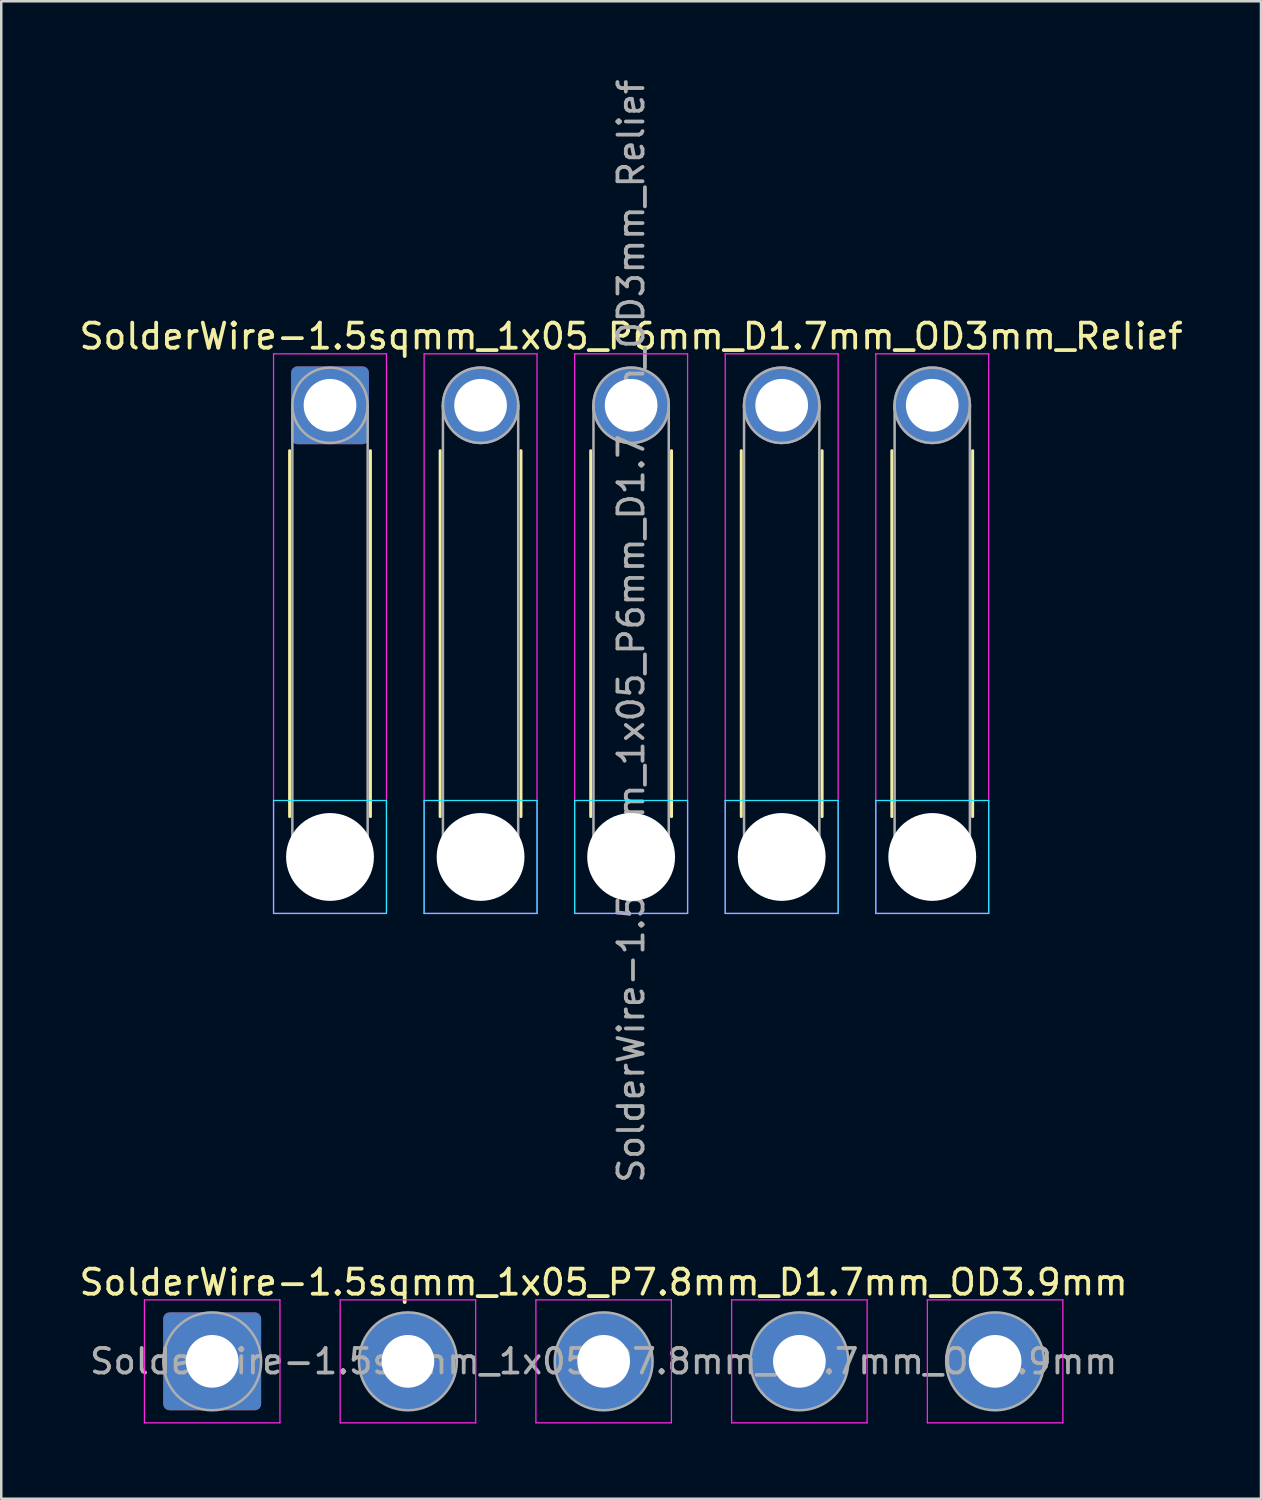
<source format=kicad_pcb>
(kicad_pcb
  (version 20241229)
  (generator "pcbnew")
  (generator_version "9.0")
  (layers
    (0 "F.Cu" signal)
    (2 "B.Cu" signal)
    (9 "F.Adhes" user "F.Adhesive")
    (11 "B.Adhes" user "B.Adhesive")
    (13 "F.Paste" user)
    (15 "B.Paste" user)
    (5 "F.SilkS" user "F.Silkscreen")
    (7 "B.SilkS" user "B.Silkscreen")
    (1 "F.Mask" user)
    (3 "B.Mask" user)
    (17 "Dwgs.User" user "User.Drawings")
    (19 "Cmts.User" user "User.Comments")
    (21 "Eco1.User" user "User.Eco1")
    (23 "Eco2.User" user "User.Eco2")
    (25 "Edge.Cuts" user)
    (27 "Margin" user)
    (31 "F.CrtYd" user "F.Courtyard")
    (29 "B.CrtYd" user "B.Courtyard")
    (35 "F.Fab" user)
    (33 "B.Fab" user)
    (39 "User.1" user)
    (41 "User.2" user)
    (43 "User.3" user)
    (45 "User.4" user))
  (footprint "SolderWire-1.5sqmm_1x05_P7.8mm_D1.7mm_OD3.9mm"
    (layer "F.Cu")
    (at 5.406 51.201)
    (property "Reference" "SolderWire-1.5sqmm_1x05_P7.8mm_D1.7mm_OD3.9mm" (at 15.6 -3.15 0) (layer "F.SilkS") (effects (font (size 1 1) (thickness 0.15))))
    (attr exclude_from_pos_files exclude_from_bom)
    (fp_line (start -2.7 -2.45) (end -2.7 2.45) (stroke (width 0.05) (type solid)) (layer "F.CrtYd"))
    (fp_line (start -2.7 2.45) (end 2.7 2.45) (stroke (width 0.05) (type solid)) (layer "F.CrtYd"))
    (fp_line (start 2.7 -2.45) (end -2.7 -2.45) (stroke (width 0.05) (type solid)) (layer "F.CrtYd"))
    (fp_line (start 2.7 2.45) (end 2.7 -2.45) (stroke (width 0.05) (type solid)) (layer "F.CrtYd"))
    (fp_line (start 5.1 -2.45) (end 5.1 2.45) (stroke (width 0.05) (type solid)) (layer "F.CrtYd"))
    (fp_line (start 5.1 2.45) (end 10.5 2.45) (stroke (width 0.05) (type solid)) (layer "F.CrtYd"))
    (fp_line (start 10.5 -2.45) (end 5.1 -2.45) (stroke (width 0.05) (type solid)) (layer "F.CrtYd"))
    (fp_line (start 10.5 2.45) (end 10.5 -2.45) (stroke (width 0.05) (type solid)) (layer "F.CrtYd"))
    (fp_line (start 12.9 -2.45) (end 12.9 2.45) (stroke (width 0.05) (type solid)) (layer "F.CrtYd"))
    (fp_line (start 12.9 2.45) (end 18.3 2.45) (stroke (width 0.05) (type solid)) (layer "F.CrtYd"))
    (fp_line (start 18.3 -2.45) (end 12.9 -2.45) (stroke (width 0.05) (type solid)) (layer "F.CrtYd"))
    (fp_line (start 18.3 2.45) (end 18.3 -2.45) (stroke (width 0.05) (type solid)) (layer "F.CrtYd"))
    (fp_line (start 20.7 -2.45) (end 20.7 2.45) (stroke (width 0.05) (type solid)) (layer "F.CrtYd"))
    (fp_line (start 20.7 2.45) (end 26.1 2.45) (stroke (width 0.05) (type solid)) (layer "F.CrtYd"))
    (fp_line (start 26.1 -2.45) (end 20.7 -2.45) (stroke (width 0.05) (type solid)) (layer "F.CrtYd"))
    (fp_line (start 26.1 2.45) (end 26.1 -2.45) (stroke (width 0.05) (type solid)) (layer "F.CrtYd"))
    (fp_line (start 28.5 -2.45) (end 28.5 2.45) (stroke (width 0.05) (type solid)) (layer "F.CrtYd"))
    (fp_line (start 28.5 2.45) (end 33.9 2.45) (stroke (width 0.05) (type solid)) (layer "F.CrtYd"))
    (fp_line (start 33.9 -2.45) (end 28.5 -2.45) (stroke (width 0.05) (type solid)) (layer "F.CrtYd"))
    (fp_line (start 33.9 2.45) (end 33.9 -2.45) (stroke (width 0.05) (type solid)) (layer "F.CrtYd"))
    (fp_circle (center 0 0) (end 1.95 0) (stroke (width 0.1) (type solid)) (fill no) (layer "F.Fab"))
    (fp_circle (center 7.8 0) (end 9.75 0) (stroke (width 0.1) (type solid)) (fill no) (layer "F.Fab"))
    (fp_circle (center 15.6 0) (end 17.55 0) (stroke (width 0.1) (type solid)) (fill no) (layer "F.Fab"))
    (fp_circle (center 23.4 0) (end 25.35 0) (stroke (width 0.1) (type solid)) (fill no) (layer "F.Fab"))
    (fp_circle (center 31.2 0) (end 33.15 0) (stroke (width 0.1) (type solid)) (fill no) (layer "F.Fab"))
    (fp_text user "${REFERENCE}" (at 15.6 0 0) (layer "F.Fab") (effects (font (size 0.98 0.98) (thickness 0.15))))
    (pad "1" thru_hole roundrect (at 0 0) (size 3.9 3.9) (drill 2.1) (layers "*.Cu" "*.Mask") (roundrect_rratio 0.064))
    (pad "2" thru_hole circle (at 7.8 0) (size 3.9 3.9) (drill 2.1) (layers "*.Cu" "*.Mask"))
    (pad "3" thru_hole circle (at 15.6 0) (size 3.9 3.9) (drill 2.1) (layers "*.Cu" "*.Mask"))
    (pad "4" thru_hole circle (at 23.4 0) (size 3.9 3.9) (drill 2.1) (layers "*.Cu" "*.Mask"))
    (pad "5" thru_hole circle (at 31.2 0) (size 3.9 3.9) (drill 2.1) (layers "*.Cu" "*.Mask")))
  (footprint "SolderWire-1.5sqmm_1x05_P6mm_D1.7mm_OD3mm_Relief"
    (layer "F.Cu")
    (at 10.101 13.101)
    (property "Reference" "SolderWire-1.5sqmm_1x05_P6mm_D1.7mm_OD3mm_Relief" (at 12 -2.75 0) (layer "F.SilkS") (effects (font (size 1 1) (thickness 0.15))))
    (attr exclude_from_pos_files exclude_from_bom)
    (fp_line (start -1.61 1.81) (end -1.61 16.39) (stroke (width 0.12) (type solid)) (layer "F.SilkS"))
    (fp_line (start 1.61 1.81) (end 1.61 16.39) (stroke (width 0.12) (type solid)) (layer "F.SilkS"))
    (fp_line (start 4.39 1.81) (end 4.39 16.39) (stroke (width 0.12) (type solid)) (layer "F.SilkS"))
    (fp_line (start 7.61 1.81) (end 7.61 16.39) (stroke (width 0.12) (type solid)) (layer "F.SilkS"))
    (fp_line (start 10.39 1.81) (end 10.39 16.39) (stroke (width 0.12) (type solid)) (layer "F.SilkS"))
    (fp_line (start 13.61 1.81) (end 13.61 16.39) (stroke (width 0.12) (type solid)) (layer "F.SilkS"))
    (fp_line (start 16.39 1.81) (end 16.39 16.39) (stroke (width 0.12) (type solid)) (layer "F.SilkS"))
    (fp_line (start 19.61 1.81) (end 19.61 16.39) (stroke (width 0.12) (type solid)) (layer "F.SilkS"))
    (fp_line (start 22.39 1.81) (end 22.39 16.39) (stroke (width 0.12) (type solid)) (layer "F.SilkS"))
    (fp_line (start 25.61 1.81) (end 25.61 16.39) (stroke (width 0.12) (type solid)) (layer "F.SilkS"))
    (fp_line (start -2.25 15.75) (end -2.25 20.25) (stroke (width 0.05) (type solid)) (layer "B.CrtYd"))
    (fp_line (start -2.25 20.25) (end 2.25 20.25) (stroke (width 0.05) (type solid)) (layer "B.CrtYd"))
    (fp_line (start 2.25 15.75) (end -2.25 15.75) (stroke (width 0.05) (type solid)) (layer "B.CrtYd"))
    (fp_line (start 2.25 20.25) (end 2.25 15.75) (stroke (width 0.05) (type solid)) (layer "B.CrtYd"))
    (fp_line (start 3.75 15.75) (end 3.75 20.25) (stroke (width 0.05) (type solid)) (layer "B.CrtYd"))
    (fp_line (start 3.75 20.25) (end 8.25 20.25) (stroke (width 0.05) (type solid)) (layer "B.CrtYd"))
    (fp_line (start 8.25 15.75) (end 3.75 15.75) (stroke (width 0.05) (type solid)) (layer "B.CrtYd"))
    (fp_line (start 8.25 20.25) (end 8.25 15.75) (stroke (width 0.05) (type solid)) (layer "B.CrtYd"))
    (fp_line (start 9.75 15.75) (end 9.75 20.25) (stroke (width 0.05) (type solid)) (layer "B.CrtYd"))
    (fp_line (start 9.75 20.25) (end 14.25 20.25) (stroke (width 0.05) (type solid)) (layer "B.CrtYd"))
    (fp_line (start 14.25 15.75) (end 9.75 15.75) (stroke (width 0.05) (type solid)) (layer "B.CrtYd"))
    (fp_line (start 14.25 20.25) (end 14.25 15.75) (stroke (width 0.05) (type solid)) (layer "B.CrtYd"))
    (fp_line (start 15.75 15.75) (end 15.75 20.25) (stroke (width 0.05) (type solid)) (layer "B.CrtYd"))
    (fp_line (start 15.75 20.25) (end 20.25 20.25) (stroke (width 0.05) (type solid)) (layer "B.CrtYd"))
    (fp_line (start 20.25 15.75) (end 15.75 15.75) (stroke (width 0.05) (type solid)) (layer "B.CrtYd"))
    (fp_line (start 20.25 20.25) (end 20.25 15.75) (stroke (width 0.05) (type solid)) (layer "B.CrtYd"))
    (fp_line (start 21.75 15.75) (end 21.75 20.25) (stroke (width 0.05) (type solid)) (layer "B.CrtYd"))
    (fp_line (start 21.75 20.25) (end 26.25 20.25) (stroke (width 0.05) (type solid)) (layer "B.CrtYd"))
    (fp_line (start 26.25 15.75) (end 21.75 15.75) (stroke (width 0.05) (type solid)) (layer "B.CrtYd"))
    (fp_line (start 26.25 20.25) (end 26.25 15.75) (stroke (width 0.05) (type solid)) (layer "B.CrtYd"))
    (fp_line (start -2.25 -2.05) (end -2.25 20.25) (stroke (width 0.05) (type solid)) (layer "F.CrtYd"))
    (fp_line (start -2.25 20.25) (end 2.25 20.25) (stroke (width 0.05) (type solid)) (layer "F.CrtYd"))
    (fp_line (start 2.25 -2.05) (end -2.25 -2.05) (stroke (width 0.05) (type solid)) (layer "F.CrtYd"))
    (fp_line (start 2.25 20.25) (end 2.25 -2.05) (stroke (width 0.05) (type solid)) (layer "F.CrtYd"))
    (fp_line (start 3.75 -2.05) (end 3.75 20.25) (stroke (width 0.05) (type solid)) (layer "F.CrtYd"))
    (fp_line (start 3.75 20.25) (end 8.25 20.25) (stroke (width 0.05) (type solid)) (layer "F.CrtYd"))
    (fp_line (start 8.25 -2.05) (end 3.75 -2.05) (stroke (width 0.05) (type solid)) (layer "F.CrtYd"))
    (fp_line (start 8.25 20.25) (end 8.25 -2.05) (stroke (width 0.05) (type solid)) (layer "F.CrtYd"))
    (fp_line (start 9.75 -2.05) (end 9.75 20.25) (stroke (width 0.05) (type solid)) (layer "F.CrtYd"))
    (fp_line (start 9.75 20.25) (end 14.25 20.25) (stroke (width 0.05) (type solid)) (layer "F.CrtYd"))
    (fp_line (start 14.25 -2.05) (end 9.75 -2.05) (stroke (width 0.05) (type solid)) (layer "F.CrtYd"))
    (fp_line (start 14.25 20.25) (end 14.25 -2.05) (stroke (width 0.05) (type solid)) (layer "F.CrtYd"))
    (fp_line (start 15.75 -2.05) (end 15.75 20.25) (stroke (width 0.05) (type solid)) (layer "F.CrtYd"))
    (fp_line (start 15.75 20.25) (end 20.25 20.25) (stroke (width 0.05) (type solid)) (layer "F.CrtYd"))
    (fp_line (start 20.25 -2.05) (end 15.75 -2.05) (stroke (width 0.05) (type solid)) (layer "F.CrtYd"))
    (fp_line (start 20.25 20.25) (end 20.25 -2.05) (stroke (width 0.05) (type solid)) (layer "F.CrtYd"))
    (fp_line (start 21.75 -2.05) (end 21.75 20.25) (stroke (width 0.05) (type solid)) (layer "F.CrtYd"))
    (fp_line (start 21.75 20.25) (end 26.25 20.25) (stroke (width 0.05) (type solid)) (layer "F.CrtYd"))
    (fp_line (start 26.25 -2.05) (end 21.75 -2.05) (stroke (width 0.05) (type solid)) (layer "F.CrtYd"))
    (fp_line (start 26.25 20.25) (end 26.25 -2.05) (stroke (width 0.05) (type solid)) (layer "F.CrtYd"))
    (fp_line (start -1.5 0) (end -1.5 18) (stroke (width 0.1) (type solid)) (layer "F.Fab"))
    (fp_line (start 1.5 0) (end 1.5 18) (stroke (width 0.1) (type solid)) (layer "F.Fab"))
    (fp_line (start 4.5 0) (end 4.5 18) (stroke (width 0.1) (type solid)) (layer "F.Fab"))
    (fp_line (start 7.5 0) (end 7.5 18) (stroke (width 0.1) (type solid)) (layer "F.Fab"))
    (fp_line (start 10.5 0) (end 10.5 18) (stroke (width 0.1) (type solid)) (layer "F.Fab"))
    (fp_line (start 13.5 0) (end 13.5 18) (stroke (width 0.1) (type solid)) (layer "F.Fab"))
    (fp_line (start 16.5 0) (end 16.5 18) (stroke (width 0.1) (type solid)) (layer "F.Fab"))
    (fp_line (start 19.5 0) (end 19.5 18) (stroke (width 0.1) (type solid)) (layer "F.Fab"))
    (fp_line (start 22.5 0) (end 22.5 18) (stroke (width 0.1) (type solid)) (layer "F.Fab"))
    (fp_line (start 25.5 0) (end 25.5 18) (stroke (width 0.1) (type solid)) (layer "F.Fab"))
    (fp_circle (center 0 0) (end 1.5 0) (stroke (width 0.1) (type solid)) (fill no) (layer "F.Fab"))
    (fp_circle (center 0 18) (end 1.5 18) (stroke (width 0.1) (type solid)) (fill no) (layer "F.Fab"))
    (fp_circle (center 6 0) (end 7.5 0) (stroke (width 0.1) (type solid)) (fill no) (layer "F.Fab"))
    (fp_circle (center 6 18) (end 7.5 18) (stroke (width 0.1) (type solid)) (fill no) (layer "F.Fab"))
    (fp_circle (center 12 0) (end 13.5 0) (stroke (width 0.1) (type solid)) (fill no) (layer "F.Fab"))
    (fp_circle (center 12 18) (end 13.5 18) (stroke (width 0.1) (type solid)) (fill no) (layer "F.Fab"))
    (fp_circle (center 18 0) (end 19.5 0) (stroke (width 0.1) (type solid)) (fill no) (layer "F.Fab"))
    (fp_circle (center 18 18) (end 19.5 18) (stroke (width 0.1) (type solid)) (fill no) (layer "F.Fab"))
    (fp_circle (center 24 0) (end 25.5 0) (stroke (width 0.1) (type solid)) (fill no) (layer "F.Fab"))
    (fp_circle (center 24 18) (end 25.5 18) (stroke (width 0.1) (type solid)) (fill no) (layer "F.Fab"))
    (fp_text user "${REFERENCE}" (at 12 9 90) (layer "F.Fab") (effects (font (size 1 1) (thickness 0.15))))
    (pad "" np_thru_hole circle (at 0 18) (size 3.5 3.5) (drill 3.5) (layers "*.Cu" "*.Mask"))
    (pad "" np_thru_hole circle (at 6 18) (size 3.5 3.5) (drill 3.5) (layers "*.Cu" "*.Mask"))
    (pad "" np_thru_hole circle (at 12 18) (size 3.5 3.5) (drill 3.5) (layers "*.Cu" "*.Mask"))
    (pad "" np_thru_hole circle (at 18 18) (size 3.5 3.5) (drill 3.5) (layers "*.Cu" "*.Mask"))
    (pad "" np_thru_hole circle (at 24 18) (size 3.5 3.5) (drill 3.5) (layers "*.Cu" "*.Mask"))
    (pad "1" thru_hole roundrect (at 0 0) (size 3.1 3.1) (drill 2.1) (layers "*.Cu" "*.Mask") (roundrect_rratio 0.081))
    (pad "2" thru_hole circle (at 6 0) (size 3.1 3.1) (drill 2.1) (layers "*.Cu" "*.Mask"))
    (pad "3" thru_hole circle (at 12 0) (size 3.1 3.1) (drill 2.1) (layers "*.Cu" "*.Mask"))
    (pad "4" thru_hole circle (at 18 0) (size 3.1 3.1) (drill 2.1) (layers "*.Cu" "*.Mask"))
    (pad "5" thru_hole circle (at 24 0) (size 3.1 3.1) (drill 2.1) (layers "*.Cu" "*.Mask")))
  (gr_rect
    (start -3 -3)
    (end 47.202 56.676)
    (stroke (width 0.1) (type default))
    (fill no)
    (layer "Edge.Cuts")))
</source>
